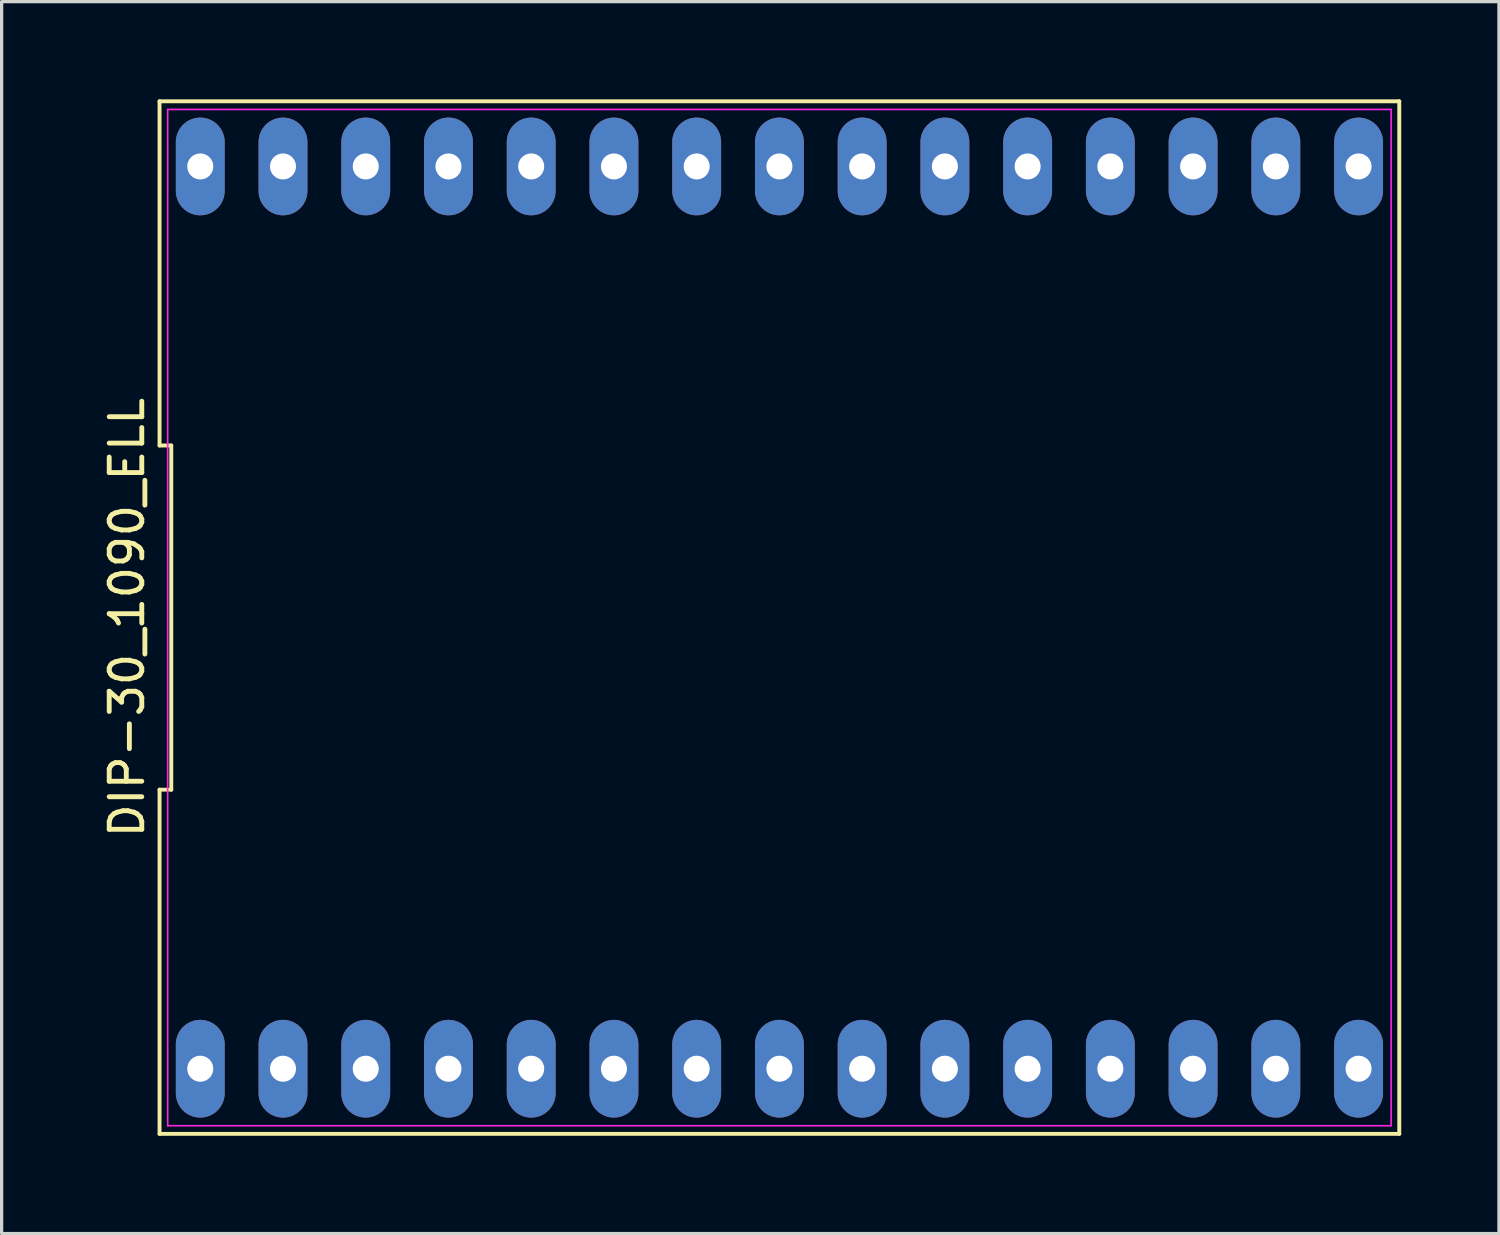
<source format=kicad_pcb>
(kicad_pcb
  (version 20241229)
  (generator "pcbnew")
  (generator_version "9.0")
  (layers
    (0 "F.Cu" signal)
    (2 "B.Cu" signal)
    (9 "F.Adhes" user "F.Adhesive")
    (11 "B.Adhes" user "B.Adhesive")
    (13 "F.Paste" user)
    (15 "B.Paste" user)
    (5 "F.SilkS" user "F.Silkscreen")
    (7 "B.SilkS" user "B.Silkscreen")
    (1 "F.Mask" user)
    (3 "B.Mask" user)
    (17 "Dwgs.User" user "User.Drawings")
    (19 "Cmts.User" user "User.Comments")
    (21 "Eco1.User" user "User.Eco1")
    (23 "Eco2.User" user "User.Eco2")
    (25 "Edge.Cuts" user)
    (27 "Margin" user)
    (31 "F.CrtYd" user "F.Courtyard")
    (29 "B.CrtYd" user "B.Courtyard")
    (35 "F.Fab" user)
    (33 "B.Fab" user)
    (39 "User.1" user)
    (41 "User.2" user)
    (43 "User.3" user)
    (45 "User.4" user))
  (footprint "DIP-30_1090_ELL"
    (layer "F.Cu")
    (at 20.878 15.91)
    (property "Reference" "DIP-30_1090_ELL" (at -20.03 0 90) (layer "F.SilkS") (effects (font (size 1 1) (thickness 0.15))))
    (attr through_hole)
    (fp_line (start -19.03 -15.85) (end -19.03 -5.283) (stroke (width 0.12) (type solid)) (layer "F.SilkS"))
    (fp_line (start -19.03 -5.283) (end -18.67 -5.283) (stroke (width 0.12) (type solid)) (layer "F.SilkS"))
    (fp_line (start -19.03 5.283) (end -19.03 15.85) (stroke (width 0.12) (type solid)) (layer "F.SilkS"))
    (fp_line (start -19.03 15.85) (end 19.03 15.85) (stroke (width 0.12) (type solid)) (layer "F.SilkS"))
    (fp_line (start -18.67 -5.283) (end -18.67 5.283) (stroke (width 0.12) (type solid)) (layer "F.SilkS"))
    (fp_line (start -18.67 5.283) (end -19.03 5.283) (stroke (width 0.12) (type solid)) (layer "F.SilkS"))
    (fp_line (start 19.03 -15.85) (end -19.03 -15.85) (stroke (width 0.12) (type solid)) (layer "F.SilkS"))
    (fp_line (start 19.03 15.85) (end 19.03 -15.85) (stroke (width 0.12) (type solid)) (layer "F.SilkS"))
    (fp_line (start -18.78 -15.6) (end 18.78 -15.6) (stroke (width 0.05) (type solid)) (layer "F.CrtYd"))
    (fp_line (start -18.78 15.6) (end -18.78 -15.6) (stroke (width 0.05) (type solid)) (layer "F.CrtYd"))
    (fp_line (start 18.78 -15.6) (end 18.78 15.6) (stroke (width 0.05) (type solid)) (layer "F.CrtYd"))
    (fp_line (start 18.78 15.6) (end -18.78 15.6) (stroke (width 0.05) (type solid)) (layer "F.CrtYd"))
    (pad "1" thru_hole oval (at -17.78 13.85) (size 1.5 3) (drill 0.8) (layers "*.Cu" "*.Mask"))
    (pad "2" thru_hole oval (at -15.24 13.85) (size 1.5 3) (drill 0.8) (layers "*.Cu" "*.Mask"))
    (pad "3" thru_hole oval (at -12.7 13.85) (size 1.5 3) (drill 0.8) (layers "*.Cu" "*.Mask"))
    (pad "4" thru_hole oval (at -10.16 13.85) (size 1.5 3) (drill 0.8) (layers "*.Cu" "*.Mask"))
    (pad "5" thru_hole oval (at -7.62 13.85) (size 1.5 3) (drill 0.8) (layers "*.Cu" "*.Mask"))
    (pad "6" thru_hole oval (at -5.08 13.85) (size 1.5 3) (drill 0.8) (layers "*.Cu" "*.Mask"))
    (pad "7" thru_hole oval (at -2.54 13.85) (size 1.5 3) (drill 0.8) (layers "*.Cu" "*.Mask"))
    (pad "8" thru_hole oval (at 0 13.85) (size 1.5 3) (drill 0.8) (layers "*.Cu" "*.Mask"))
    (pad "9" thru_hole oval (at 2.54 13.85) (size 1.5 3) (drill 0.8) (layers "*.Cu" "*.Mask"))
    (pad "10" thru_hole oval (at 5.08 13.85) (size 1.5 3) (drill 0.8) (layers "*.Cu" "*.Mask"))
    (pad "11" thru_hole oval (at 7.62 13.85) (size 1.5 3) (drill 0.8) (layers "*.Cu" "*.Mask"))
    (pad "12" thru_hole oval (at 10.16 13.85) (size 1.5 3) (drill 0.8) (layers "*.Cu" "*.Mask"))
    (pad "13" thru_hole oval (at 12.7 13.85) (size 1.5 3) (drill 0.8) (layers "*.Cu" "*.Mask"))
    (pad "14" thru_hole oval (at 15.24 13.85) (size 1.5 3) (drill 0.8) (layers "*.Cu" "*.Mask"))
    (pad "15" thru_hole oval (at 17.78 13.85) (size 1.5 3) (drill 0.8) (layers "*.Cu" "*.Mask"))
    (pad "16" thru_hole oval (at 17.78 -13.85) (size 1.5 3) (drill 0.8) (layers "*.Cu" "*.Mask"))
    (pad "17" thru_hole oval (at 15.24 -13.85) (size 1.5 3) (drill 0.8) (layers "*.Cu" "*.Mask"))
    (pad "18" thru_hole oval (at 12.7 -13.85) (size 1.5 3) (drill 0.8) (layers "*.Cu" "*.Mask"))
    (pad "19" thru_hole oval (at 10.16 -13.85) (size 1.5 3) (drill 0.8) (layers "*.Cu" "*.Mask"))
    (pad "20" thru_hole oval (at 7.62 -13.85) (size 1.5 3) (drill 0.8) (layers "*.Cu" "*.Mask"))
    (pad "21" thru_hole oval (at 5.08 -13.85) (size 1.5 3) (drill 0.8) (layers "*.Cu" "*.Mask"))
    (pad "22" thru_hole oval (at 2.54 -13.85) (size 1.5 3) (drill 0.8) (layers "*.Cu" "*.Mask"))
    (pad "23" thru_hole oval (at 0 -13.85) (size 1.5 3) (drill 0.8) (layers "*.Cu" "*.Mask"))
    (pad "24" thru_hole oval (at -2.54 -13.85) (size 1.5 3) (drill 0.8) (layers "*.Cu" "*.Mask"))
    (pad "25" thru_hole oval (at -5.08 -13.85) (size 1.5 3) (drill 0.8) (layers "*.Cu" "*.Mask"))
    (pad "26" thru_hole oval (at -7.62 -13.85) (size 1.5 3) (drill 0.8) (layers "*.Cu" "*.Mask"))
    (pad "27" thru_hole oval (at -10.16 -13.85) (size 1.5 3) (drill 0.8) (layers "*.Cu" "*.Mask"))
    (pad "28" thru_hole oval (at -12.7 -13.85) (size 1.5 3) (drill 0.8) (layers "*.Cu" "*.Mask"))
    (pad "29" thru_hole oval (at -15.24 -13.85) (size 1.5 3) (drill 0.8) (layers "*.Cu" "*.Mask"))
    (pad "30" thru_hole oval (at -17.78 -13.85) (size 1.5 3) (drill 0.8) (layers "*.Cu" "*.Mask")))
  (gr_rect
    (start -3 -3)
    (end 42.968 34.82)
    (stroke (width 0.1) (type default))
    (fill no)
    (layer "Edge.Cuts")))
</source>
